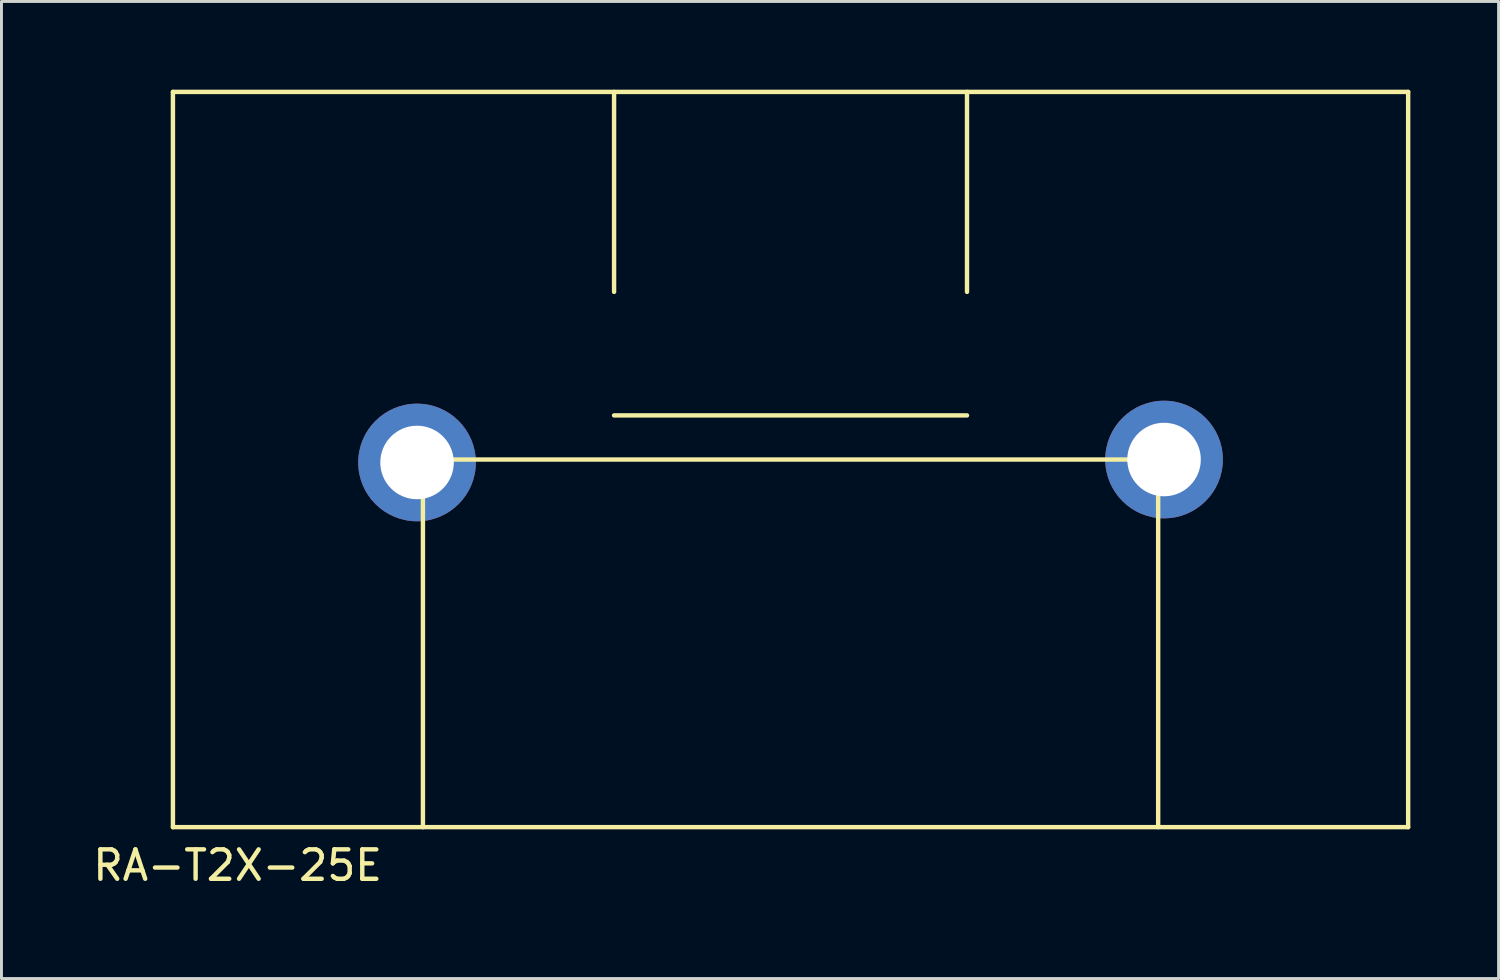
<source format=kicad_pcb>
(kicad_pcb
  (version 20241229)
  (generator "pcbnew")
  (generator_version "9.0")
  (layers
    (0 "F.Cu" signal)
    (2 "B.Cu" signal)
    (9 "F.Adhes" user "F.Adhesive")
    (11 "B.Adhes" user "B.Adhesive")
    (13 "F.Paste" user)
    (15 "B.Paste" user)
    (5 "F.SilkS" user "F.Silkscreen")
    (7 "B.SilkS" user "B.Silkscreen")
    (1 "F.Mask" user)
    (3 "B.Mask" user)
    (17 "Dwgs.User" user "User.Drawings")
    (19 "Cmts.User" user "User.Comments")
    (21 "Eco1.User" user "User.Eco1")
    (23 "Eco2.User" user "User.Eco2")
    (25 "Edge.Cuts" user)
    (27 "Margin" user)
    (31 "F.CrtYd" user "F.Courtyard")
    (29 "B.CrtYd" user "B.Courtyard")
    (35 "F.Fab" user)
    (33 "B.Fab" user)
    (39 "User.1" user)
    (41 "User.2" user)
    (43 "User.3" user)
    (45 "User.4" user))
  (footprint "RA-T2X-25E"
    (layer "F.Cu")
    (at 23.83 12.575)
    (property "Reference" "RA-T2X-25E" (at -18.8 13.8 0) (layer "F.SilkS") (effects (font (size 1 1) (thickness 0.15))))
    (attr through_hole)
    (fp_line (start -21 -12.5) (end -21 12.5) (stroke (width 0.15) (type solid)) (layer "F.SilkS"))
    (fp_line (start -21 12.5) (end 21 12.5) (stroke (width 0.15) (type solid)) (layer "F.SilkS"))
    (fp_line (start -12.5 0) (end 12.5 0) (stroke (width 0.15) (type solid)) (layer "F.SilkS"))
    (fp_line (start -12.5 12.5) (end -12.5 0.75) (stroke (width 0.15) (type solid)) (layer "F.SilkS"))
    (fp_line (start -6 -12.5) (end -6 -5.7) (stroke (width 0.15) (type solid)) (layer "F.SilkS"))
    (fp_line (start -6 -1.5) (end 6 -1.5) (stroke (width 0.15) (type solid)) (layer "F.SilkS"))
    (fp_line (start 6 -5.7) (end 6 -12.5) (stroke (width 0.15) (type solid)) (layer "F.SilkS"))
    (fp_line (start 12.5 0.75) (end 12.5 12.5) (stroke (width 0.15) (type solid)) (layer "F.SilkS"))
    (fp_line (start 21 -12.5) (end -21 -12.5) (stroke (width 0.15) (type solid)) (layer "F.SilkS"))
    (fp_line (start 21 12.5) (end 21 -12.5) (stroke (width 0.15) (type solid)) (layer "F.SilkS"))
    (pad "~" thru_hole circle (at -12.7 0.1) (size 4 4) (drill 2.5) (layers "*.Cu" "*.Mask"))
    (pad "~" thru_hole circle (at 12.7 0) (size 4 4) (drill 2.5) (layers "*.Cu" "*.Mask")))
  (gr_rect
    (start -3 -3)
    (end 47.905 30.223)
    (stroke (width 0.1) (type default))
    (fill no)
    (layer "Edge.Cuts")))
</source>
